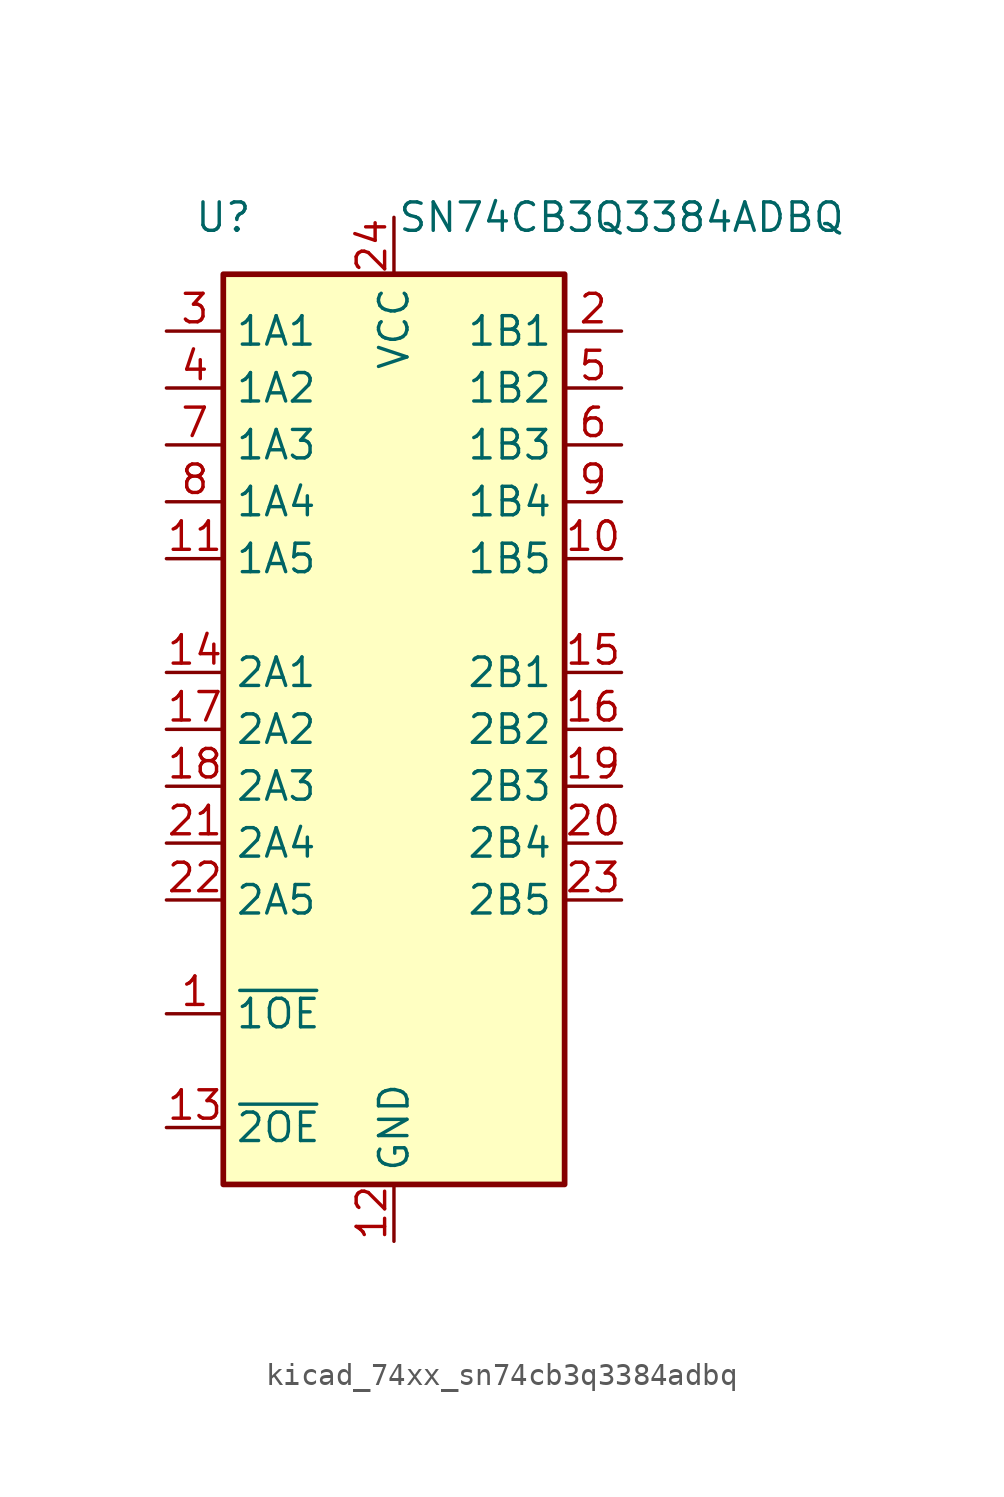
<source format=kicad_sym>
(kicad_symbol_lib
  (version 20220914)
  (generator kicad_symbol_editor)
  (symbol "kicad_74xx_sn74cb3q3384adbq"
    (property "Reference" "U"
      (at -7.62 22.86 0)
      (effects (font (size 1.27 1.27))))
    (property "Value" "SN74CB3Q3384ADBQ"
      (at 10.16 22.86 0)
      (effects (font (size 1.27 1.27))))
    (symbol "kicad_74xx_sn74cb3q3384adbq_0_1"
      (pin input line (at -10.16 -12.7 0) (length 2.54) (name "~{1OE}" (effects (font (size 1.27 1.27)))) (number "1" (effects (font (size 1.27 1.27)))))
      (pin tri_state line (at 10.16 7.62 180) (length 2.54) (name "1B5" (effects (font (size 1.27 1.27)))) (number "10" (effects (font (size 1.27 1.27)))))
      (pin tri_state line (at -10.16 7.62 0) (length 2.54) (name "1A5" (effects (font (size 1.27 1.27)))) (number "11" (effects (font (size 1.27 1.27)))))
      (pin power_in line (at 0 -22.86 90) (length 2.54) (name "GND" (effects (font (size 1.27 1.27)))) (number "12" (effects (font (size 1.27 1.27)))))
      (pin input line (at -10.16 -17.78 0) (length 2.54) (name "~{2OE}" (effects (font (size 1.27 1.27)))) (number "13" (effects (font (size 1.27 1.27)))))
      (pin tri_state line (at -10.16 2.54 0) (length 2.54) (name "2A1" (effects (font (size 1.27 1.27)))) (number "14" (effects (font (size 1.27 1.27)))))
      (pin tri_state line (at 10.16 2.54 180) (length 2.54) (name "2B1" (effects (font (size 1.27 1.27)))) (number "15" (effects (font (size 1.27 1.27)))))
      (pin tri_state line (at 10.16 0 180) (length 2.54) (name "2B2" (effects (font (size 1.27 1.27)))) (number "16" (effects (font (size 1.27 1.27)))))
      (pin tri_state line (at -10.16 0 0) (length 2.54) (name "2A2" (effects (font (size 1.27 1.27)))) (number "17" (effects (font (size 1.27 1.27)))))
      (pin tri_state line (at -10.16 -2.54 0) (length 2.54) (name "2A3" (effects (font (size 1.27 1.27)))) (number "18" (effects (font (size 1.27 1.27)))))
      (pin tri_state line (at 10.16 -2.54 180) (length 2.54) (name "2B3" (effects (font (size 1.27 1.27)))) (number "19" (effects (font (size 1.27 1.27)))))
      (pin tri_state line (at 10.16 17.78 180) (length 2.54) (name "1B1" (effects (font (size 1.27 1.27)))) (number "2" (effects (font (size 1.27 1.27)))))
      (pin tri_state line (at 10.16 -5.08 180) (length 2.54) (name "2B4" (effects (font (size 1.27 1.27)))) (number "20" (effects (font (size 1.27 1.27)))))
      (pin tri_state line (at -10.16 -5.08 0) (length 2.54) (name "2A4" (effects (font (size 1.27 1.27)))) (number "21" (effects (font (size 1.27 1.27)))))
      (pin tri_state line (at -10.16 -7.62 0) (length 2.54) (name "2A5" (effects (font (size 1.27 1.27)))) (number "22" (effects (font (size 1.27 1.27)))))
      (pin tri_state line (at 10.16 -7.62 180) (length 2.54) (name "2B5" (effects (font (size 1.27 1.27)))) (number "23" (effects (font (size 1.27 1.27)))))
      (pin power_in line (at 0 22.86 270) (length 2.54) (name "VCC" (effects (font (size 1.27 1.27)))) (number "24" (effects (font (size 1.27 1.27)))))
      (pin tri_state line (at -10.16 17.78 0) (length 2.54) (name "1A1" (effects (font (size 1.27 1.27)))) (number "3" (effects (font (size 1.27 1.27)))))
      (pin tri_state line (at -10.16 15.24 0) (length 2.54) (name "1A2" (effects (font (size 1.27 1.27)))) (number "4" (effects (font (size 1.27 1.27)))))
      (pin tri_state line (at 10.16 15.24 180) (length 2.54) (name "1B2" (effects (font (size 1.27 1.27)))) (number "5" (effects (font (size 1.27 1.27)))))
      (pin tri_state line (at 10.16 12.7 180) (length 2.54) (name "1B3" (effects (font (size 1.27 1.27)))) (number "6" (effects (font (size 1.27 1.27)))))
      (pin tri_state line (at -10.16 12.7 0) (length 2.54) (name "1A3" (effects (font (size 1.27 1.27)))) (number "7" (effects (font (size 1.27 1.27)))))
      (pin tri_state line (at -10.16 10.16 0) (length 2.54) (name "1A4" (effects (font (size 1.27 1.27)))) (number "8" (effects (font (size 1.27 1.27)))))
      (pin tri_state line (at 10.16 10.16 180) (length 2.54) (name "1B4" (effects (font (size 1.27 1.27)))) (number "9" (effects (font (size 1.27 1.27))))))
    (symbol "kicad_74xx_sn74cb3q3384adbq_1_1"
      (rectangle (start -7.62 20.32) (end 7.62 -20.32) (stroke (width 0.254) (type default)) (fill (type background))))))
</source>
